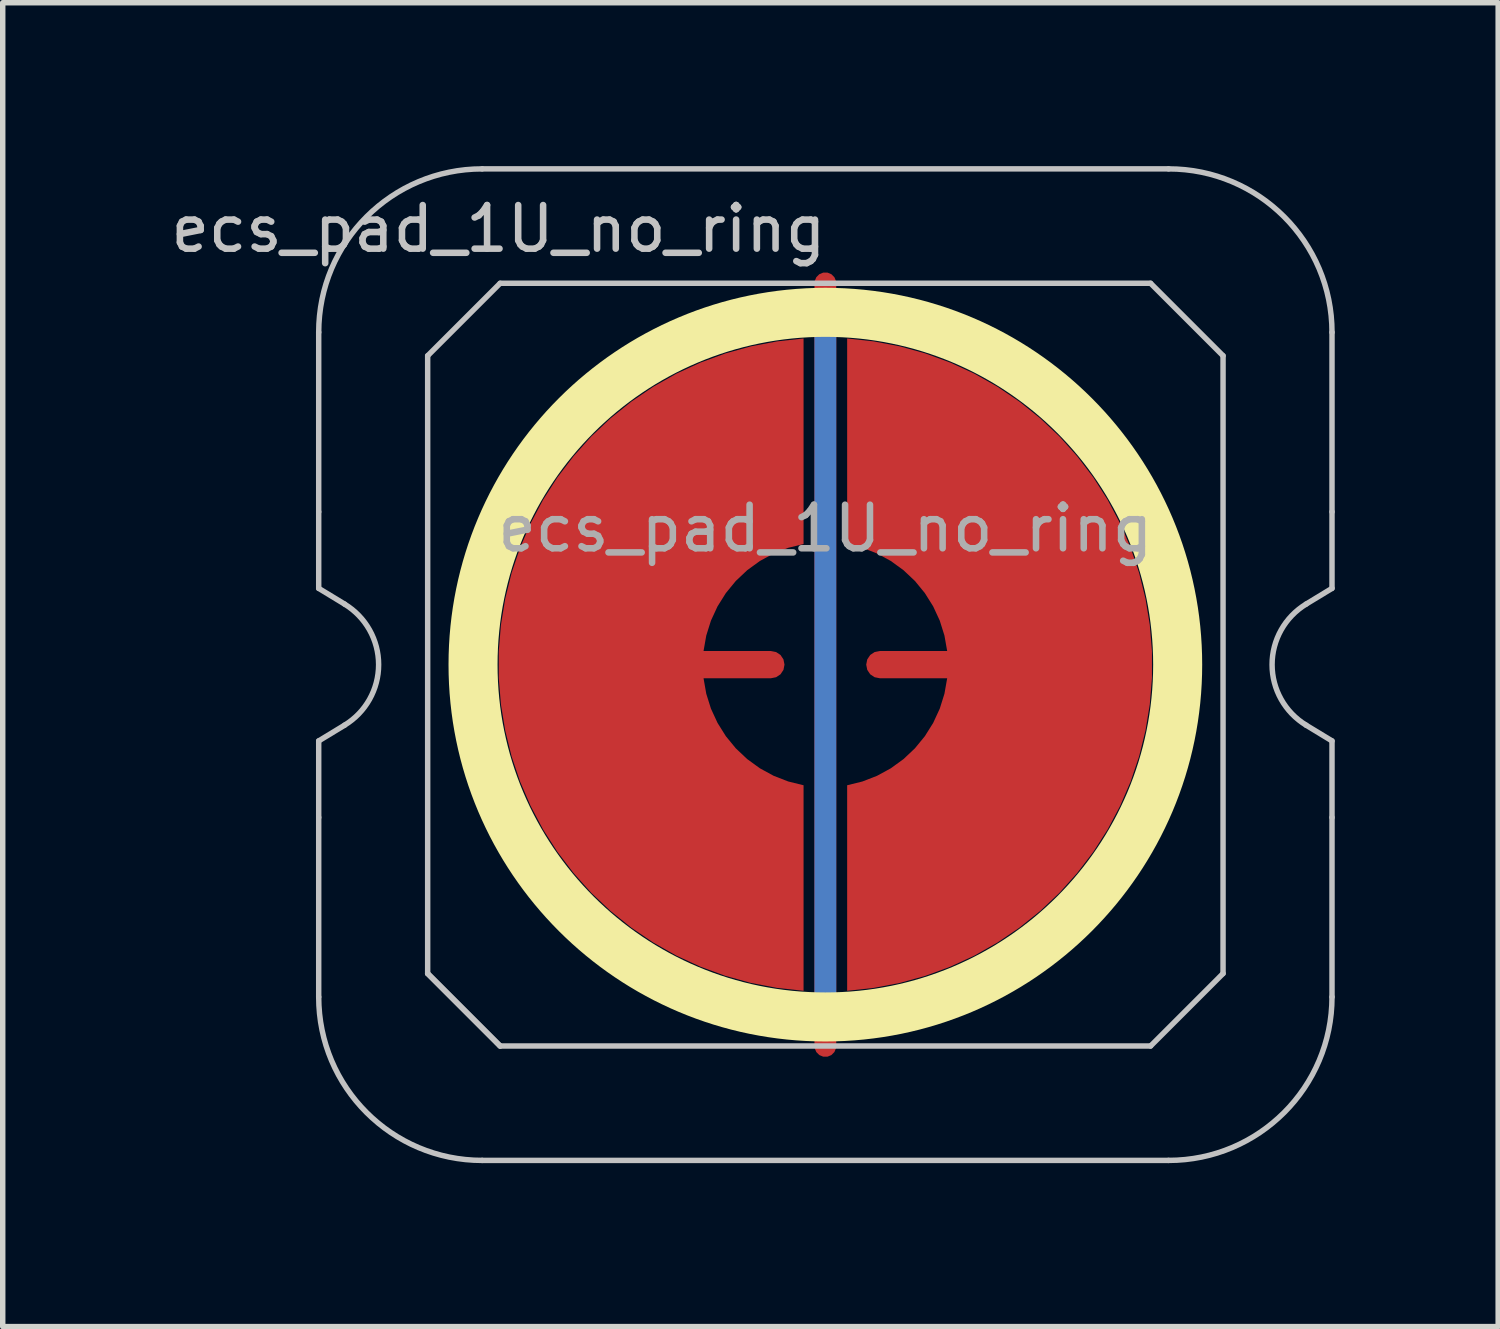
<source format=kicad_pcb>
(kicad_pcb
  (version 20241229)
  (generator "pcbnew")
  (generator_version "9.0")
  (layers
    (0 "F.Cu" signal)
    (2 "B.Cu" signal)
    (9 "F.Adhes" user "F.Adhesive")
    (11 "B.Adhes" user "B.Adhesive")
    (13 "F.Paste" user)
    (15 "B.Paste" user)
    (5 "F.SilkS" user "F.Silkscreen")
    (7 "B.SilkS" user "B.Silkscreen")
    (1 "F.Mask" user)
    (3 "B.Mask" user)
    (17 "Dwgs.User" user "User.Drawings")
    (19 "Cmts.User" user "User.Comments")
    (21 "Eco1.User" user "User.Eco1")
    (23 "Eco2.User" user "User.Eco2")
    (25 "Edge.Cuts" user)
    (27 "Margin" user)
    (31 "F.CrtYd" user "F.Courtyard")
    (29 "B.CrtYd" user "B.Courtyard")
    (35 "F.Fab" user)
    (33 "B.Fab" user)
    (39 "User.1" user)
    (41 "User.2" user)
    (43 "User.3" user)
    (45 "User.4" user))
  (footprint "ecs_pad_1U_no_ring"
    (layer "F.Cu")
    (at 12.1 9.15)
    (property "Reference" "ecs_pad_1U_no_ring" (at -6 -8 0) (layer "Dwgs.User") (effects (font (size 0.8 0.8) (thickness 0.12))))
    (attr smd exclude_from_bom)
    (fp_circle (center 0 0) (end 6.467 0) (stroke (width 0.9) (type solid)) (fill no) (layer "F.SilkS"))
    (fp_line (start -9.3 -2.805) (end -9.3 -6.1) (stroke (width 0.1) (type solid)) (layer "Dwgs.User"))
    (fp_line (start -9.3 -1.4) (end -9.3 -2.805) (stroke (width 0.1) (type solid)) (layer "Dwgs.User"))
    (fp_line (start -9.3 1.4) (end -8.824 1.111) (stroke (width 0.1) (type solid)) (layer "Dwgs.User"))
    (fp_line (start -9.3 2.805) (end -9.3 1.4) (stroke (width 0.1) (type solid)) (layer "Dwgs.User"))
    (fp_line (start -9.3 6.1) (end -9.3 2.805) (stroke (width 0.1) (type solid)) (layer "Dwgs.User"))
    (fp_line (start -8.824 -1.111) (end -9.3 -1.4) (stroke (width 0.1) (type solid)) (layer "Dwgs.User"))
    (fp_line (start -7.3 -5.67) (end -5.97 -7) (stroke (width 0.1) (type solid)) (layer "Dwgs.User"))
    (fp_line (start -7.3 5.67) (end -7.3 -5.67) (stroke (width 0.1) (type solid)) (layer "Dwgs.User"))
    (fp_line (start -7.3 5.67) (end -5.97 7) (stroke (width 0.1) (type solid)) (layer "Dwgs.User"))
    (fp_line (start -6.3 -9.1) (end 6.3 -9.1) (stroke (width 0.1) (type solid)) (layer "Dwgs.User"))
    (fp_line (start -5.97 -7) (end 5.97 -7) (stroke (width 0.1) (type solid)) (layer "Dwgs.User"))
    (fp_line (start -5.97 7) (end -7.3 5.67) (stroke (width 0.1) (type solid)) (layer "Dwgs.User"))
    (fp_line (start 5.97 -7) (end 7.3 -5.67) (stroke (width 0.1) (type solid)) (layer "Dwgs.User"))
    (fp_line (start 5.97 7) (end -5.97 7) (stroke (width 0.1) (type solid)) (layer "Dwgs.User"))
    (fp_line (start 6.3 9.1) (end -6.3 9.1) (stroke (width 0.1) (type solid)) (layer "Dwgs.User"))
    (fp_line (start 7.3 -5.67) (end 7.3 5.67) (stroke (width 0.1) (type solid)) (layer "Dwgs.User"))
    (fp_line (start 7.3 5.67) (end 5.97 7) (stroke (width 0.1) (type solid)) (layer "Dwgs.User"))
    (fp_line (start 8.824 1.111) (end 9.3 1.4) (stroke (width 0.1) (type solid)) (layer "Dwgs.User"))
    (fp_line (start 9.3 -6.1) (end 9.3 -2.805) (stroke (width 0.1) (type solid)) (layer "Dwgs.User"))
    (fp_line (start 9.3 -2.805) (end 9.3 -1.4) (stroke (width 0.1) (type solid)) (layer "Dwgs.User"))
    (fp_line (start 9.3 -1.4) (end 8.824 -1.111) (stroke (width 0.1) (type solid)) (layer "Dwgs.User"))
    (fp_line (start 9.3 1.4) (end 9.3 2.805) (stroke (width 0.1) (type solid)) (layer "Dwgs.User"))
    (fp_line (start 9.3 2.805) (end 9.3 6.1) (stroke (width 0.1) (type solid)) (layer "Dwgs.User"))
    (fp_arc (start -9.3 -6.1) (mid -8.42132 -8.22132) (end -6.3 -9.1) (stroke (width 0.1) (type solid)) (layer "Dwgs.User"))
    (fp_arc (start -8.824333 -1.110619) (mid -8.2 0) (end -8.824333 1.110619) (stroke (width 0.1) (type solid)) (layer "Dwgs.User"))
    (fp_arc (start -6.3 9.1) (mid -8.42132 8.22132) (end -9.3 6.1) (stroke (width 0.1) (type solid)) (layer "Dwgs.User"))
    (fp_arc (start 6.3 -9.1) (mid 8.42132 -8.22132) (end 9.3 -6.1) (stroke (width 0.1) (type solid)) (layer "Dwgs.User"))
    (fp_arc (start 8.824333 1.110619) (mid 8.2 0) (end 8.824333 -1.110619) (stroke (width 0.1) (type solid)) (layer "Dwgs.User"))
    (fp_arc (start 9.3 6.1) (mid 8.42132 8.22132) (end 6.3 9.1) (stroke (width 0.1) (type solid)) (layer "Dwgs.User"))
    (fp_line (start -9.3 -2.805) (end -9.3 -6.1) (stroke (width 0.1) (type solid)) (layer "Eco1.User"))
    (fp_line (start -9.3 -1.4) (end -9.3 -2.805) (stroke (width 0.1) (type solid)) (layer "Eco1.User"))
    (fp_line (start -9.3 1.4) (end -8.824 1.111) (stroke (width 0.1) (type solid)) (layer "Eco1.User"))
    (fp_line (start -9.3 2.805) (end -9.3 1.4) (stroke (width 0.1) (type solid)) (layer "Eco1.User"))
    (fp_line (start -9.3 6.1) (end -9.3 2.805) (stroke (width 0.1) (type solid)) (layer "Eco1.User"))
    (fp_line (start -8.824 -1.111) (end -9.3 -1.4) (stroke (width 0.1) (type solid)) (layer "Eco1.User"))
    (fp_line (start -6.3 -9.1) (end 6.3 -9.1) (stroke (width 0.1) (type solid)) (layer "Eco1.User"))
    (fp_line (start 6.3 9.1) (end -6.3 9.1) (stroke (width 0.1) (type solid)) (layer "Eco1.User"))
    (fp_line (start 8.824 1.111) (end 9.3 1.4) (stroke (width 0.1) (type solid)) (layer "Eco1.User"))
    (fp_line (start 9.3 -6.1) (end 9.3 -2.805) (stroke (width 0.1) (type solid)) (layer "Eco1.User"))
    (fp_line (start 9.3 -2.805) (end 9.3 -1.4) (stroke (width 0.1) (type solid)) (layer "Eco1.User"))
    (fp_line (start 9.3 -1.4) (end 8.824 -1.111) (stroke (width 0.1) (type solid)) (layer "Eco1.User"))
    (fp_line (start 9.3 1.4) (end 9.3 2.805) (stroke (width 0.1) (type solid)) (layer "Eco1.User"))
    (fp_line (start 9.3 2.805) (end 9.3 6.1) (stroke (width 0.1) (type solid)) (layer "Eco1.User"))
    (fp_arc (start -9.3 -6.1) (mid -8.42132 -8.22132) (end -6.3 -9.1) (stroke (width 0.1) (type solid)) (layer "Eco1.User"))
    (fp_arc (start -8.824333 -1.110619) (mid -8.2 0) (end -8.824333 1.110619) (stroke (width 0.1) (type solid)) (layer "Eco1.User"))
    (fp_arc (start -6.3 9.1) (mid -8.42132 8.22132) (end -9.3 6.1) (stroke (width 0.1) (type solid)) (layer "Eco1.User"))
    (fp_arc (start 6.3 -9.1) (mid 8.42132 -8.22132) (end 9.3 -6.1) (stroke (width 0.1) (type solid)) (layer "Eco1.User"))
    (fp_arc (start 8.824333 1.110619) (mid 8.2 0) (end 8.824333 -1.110619) (stroke (width 0.1) (type solid)) (layer "Eco1.User"))
    (fp_arc (start 9.3 6.1) (mid 8.42132 8.22132) (end 6.3 9.1) (stroke (width 0.1) (type solid)) (layer "Eco1.User"))
    (fp_text user "${REFERENCE}" (at 0 -2.5 0) (layer "F.Fab") (effects (font (size 0.8 0.8) (thickness 0.12))))
    (pad "1" smd custom (at -1 0) (size 0.4 0.4) (layers "F.Cu") (options (anchor circle)) (primitives (gr_poly (pts (xy 0.6 -2.214) (xy 0.32 -2.145) (xy 0.052 -2.041) (xy -0.201 -1.903) (xy -0.434 -1.734) (xy -0.644 -1.536) (xy -0.826 -1.314) (xy -0.979 -1.07) (xy -1.1 -0.808) (xy -1.186 -0.534) (xy -1.236 -0.25) (xy 0 -0.25) (xy 0.096 -0.231) (xy 0.177 -0.177) (xy 0.231 -0.096) (xy 0.25 0) (xy 0.231 0.096) (xy 0.177 0.177) (xy 0.096 0.231) (xy 0 0.25) (xy -1.236 0.25) (xy -1.186 0.534) (xy -1.1 0.808) (xy -0.979 1.07) (xy -0.826 1.314) (xy -0.644 1.536) (xy -0.434 1.734) (xy -0.201 1.903) (xy 0.052 2.041) (xy 0.32 2.145) (xy 0.6 2.214) (xy 0.6 5.987) (xy 0.115 5.934) (xy -0.364 5.843) (xy -0.834 5.713) (xy -1.292 5.545) (xy -1.735 5.341) (xy -2.159 5.101) (xy -2.563 4.827) (xy -2.943 4.522) (xy -3.298 4.187) (xy -3.623 3.824) (xy -3.919 3.436) (xy -4.182 3.025) (xy -4.41 2.594) (xy -4.603 2.147) (xy -4.759 1.684) (xy -4.876 1.211) (xy -4.955 0.73) (xy -4.995 0.244) (xy -4.995 -0.244) (xy -4.955 -0.73) (xy -4.876 -1.211) (xy -4.759 -1.684) (xy -4.603 -2.147) (xy -4.41 -2.594) (xy -4.182 -3.025) (xy -3.919 -3.436) (xy -3.623 -3.824) (xy -3.298 -4.187) (xy -2.943 -4.522) (xy -2.563 -4.827) (xy -2.159 -5.101) (xy -1.735 -5.341) (xy -1.292 -5.545) (xy -0.834 -5.713) (xy -0.364 -5.843) (xy 0.115 -5.934) (xy 0.6 -5.987)) (width 0) (fill yes))))
    (pad "2" smd custom (at 1 0 180) (size 0.4 0.4) (layers "F.Cu") (options (anchor circle)) (primitives (gr_poly (pts (xy 0.6 -2.214) (xy 0.32 -2.145) (xy 0.052 -2.041) (xy -0.201 -1.903) (xy -0.434 -1.734) (xy -0.644 -1.536) (xy -0.826 -1.314) (xy -0.979 -1.07) (xy -1.1 -0.808) (xy -1.186 -0.534) (xy -1.236 -0.25) (xy 0 -0.25) (xy 0.096 -0.231) (xy 0.177 -0.177) (xy 0.231 -0.096) (xy 0.25 0) (xy 0.231 0.096) (xy 0.177 0.177) (xy 0.096 0.231) (xy 0 0.25) (xy -1.236 0.25) (xy -1.186 0.534) (xy -1.1 0.808) (xy -0.979 1.07) (xy -0.826 1.314) (xy -0.644 1.536) (xy -0.434 1.734) (xy -0.201 1.903) (xy 0.052 2.041) (xy 0.32 2.145) (xy 0.6 2.214) (xy 0.6 5.987) (xy 0.115 5.934) (xy -0.364 5.843) (xy -0.834 5.713) (xy -1.292 5.545) (xy -1.735 5.341) (xy -2.159 5.101) (xy -2.563 4.827) (xy -2.943 4.522) (xy -3.298 4.187) (xy -3.623 3.824) (xy -3.919 3.436) (xy -4.182 3.025) (xy -4.41 2.594) (xy -4.603 2.147) (xy -4.759 1.684) (xy -4.876 1.211) (xy -4.955 0.73) (xy -4.995 0.244) (xy -4.995 -0.244) (xy -4.955 -0.73) (xy -4.876 -1.211) (xy -4.759 -1.684) (xy -4.603 -2.147) (xy -4.41 -2.594) (xy -4.182 -3.025) (xy -3.919 -3.436) (xy -3.623 -3.824) (xy -3.298 -4.187) (xy -2.943 -4.522) (xy -2.563 -4.827) (xy -2.159 -5.101) (xy -1.735 -5.341) (xy -1.292 -5.545) (xy -0.834 -5.713) (xy -0.364 -5.843) (xy 0.115 -5.934) (xy 0.6 -5.987)) (width 0) (fill yes))))
    (pad "3" smd custom (at 0 0) (size 0.4 0.4) (layers "F.Cu") (options (anchor rect)) (primitives (gr_line (start 0 -7) (end 0 7) (width 0.4))))
    (pad "3" smd custom (at 0 0) (size 0.4 0.4) (layers "B.Cu") (options (anchor rect)) (primitives (gr_line (start 0 -6.5) (end 0 6.5) (width 0.4))))
    (zone (net_name "") (layer "F.Cu") (hatch edge 0.508) (connect_pads) (min_thickness 0.254) (filled_areas_thickness no) (keepout (tracks allowed) (vias allowed) (pads allowed) (copperpour not_allowed) (footprints allowed)) (placement (enabled no)) (fill) (polygon (pts (xy 19.105 9.15) (xy 19.086 8.637) (xy 19.03 8.127) (xy 18.936 7.622) (xy 18.806 7.125) (xy 18.64 6.64) (xy 18.438 6.167) (xy 18.203 5.711) (xy 17.935 5.274) (xy 17.635 4.857) (xy 17.306 4.463) (xy 16.948 4.094) (xy 16.565 3.753) (xy 16.158 3.44) (xy 15.729 3.158) (xy 15.28 2.909) (xy 14.815 2.692) (xy 14.334 2.511) (xy 13.842 2.365) (xy 13.34 2.256) (xy 12.832 2.183) (xy 12.32 2.149) (xy 11.807 2.151) (xy 11.295 2.192) (xy 10.787 2.269) (xy 10.287 2.384) (xy 9.796 2.535) (xy 9.318 2.721) (xy 8.855 2.942) (xy 8.409 3.197) (xy 7.983 3.483) (xy 7.579 3.8) (xy 7.199 4.145) (xy 6.846 4.518) (xy 6.52 4.915) (xy 6.225 5.335) (xy 5.962 5.775) (xy 5.731 6.234) (xy 5.534 6.708) (xy 5.373 7.196) (xy 5.248 7.694) (xy 5.16 8.199) (xy 5.109 8.71) (xy 5.095 9.223) (xy 5.12 9.736) (xy 5.181 10.246) (xy 5.28 10.75) (xy 5.416 11.245) (xy 5.587 11.729) (xy 5.793 12.199) (xy 6.034 12.652) (xy 6.306 13.087) (xy 6.61 13.501) (xy 6.944 13.891) (xy 7.305 14.256) (xy 7.692 14.594) (xy 8.102 14.902) (xy 8.534 15.179) (xy 8.985 15.424) (xy 9.453 15.636) (xy 9.935 15.812) (xy 10.429 15.953) (xy 10.932 16.057) (xy 11.441 16.124) (xy 11.953 16.153) (xy 12.467 16.145) (xy 12.978 16.1) (xy 13.485 16.017) (xy 13.984 15.897) (xy 14.473 15.741) (xy 14.949 15.549) (xy 15.41 15.323) (xy 15.853 15.064) (xy 16.276 14.774) (xy 16.677 14.453) (xy 17.053 14.103) (xy 17.403 13.727) (xy 17.724 13.326) (xy 18.014 12.903) (xy 18.273 12.46) (xy 18.499 11.999) (xy 18.691 11.523) (xy 18.847 11.034) (xy 18.967 10.535) (xy 19.05 10.028) (xy 19.095 9.517))))
    (zone (net_name "") (layer "B.Cu") (hatch edge 0.508) (connect_pads) (min_thickness 0.254) (filled_areas_thickness no) (keepout (tracks allowed) (vias allowed) (pads allowed) (copperpour not_allowed) (footprints allowed)) (placement (enabled no)) (fill) (polygon (pts (xy 18.658 9.15) (xy 18.638 8.635) (xy 18.578 8.124) (xy 18.477 7.619) (xy 18.337 7.123) (xy 18.159 6.64) (xy 17.943 6.173) (xy 17.692 5.723) (xy 17.406 5.295) (xy 17.087 4.891) (xy 16.737 4.513) (xy 16.359 4.163) (xy 15.955 3.844) (xy 15.527 3.558) (xy 15.077 3.307) (xy 14.61 3.091) (xy 14.127 2.913) (xy 13.631 2.773) (xy 13.126 2.672) (xy 12.615 2.612) (xy 12.1 2.592) (xy 11.585 2.612) (xy 11.074 2.672) (xy 10.569 2.773) (xy 10.073 2.913) (xy 9.59 3.091) (xy 9.123 3.307) (xy 8.673 3.558) (xy 8.245 3.844) (xy 7.841 4.163) (xy 7.463 4.513) (xy 7.113 4.891) (xy 6.794 5.295) (xy 6.508 5.723) (xy 6.257 6.173) (xy 6.041 6.64) (xy 5.863 7.123) (xy 5.723 7.619) (xy 5.622 8.124) (xy 5.562 8.635) (xy 5.542 9.15) (xy 5.562 9.665) (xy 5.622 10.176) (xy 5.723 10.681) (xy 5.863 11.177) (xy 6.041 11.66) (xy 6.257 12.127) (xy 6.508 12.577) (xy 6.794 13.005) (xy 7.113 13.409) (xy 7.463 13.787) (xy 7.841 14.137) (xy 8.245 14.456) (xy 8.673 14.742) (xy 9.123 14.993) (xy 9.59 15.209) (xy 10.073 15.387) (xy 10.569 15.527) (xy 11.074 15.628) (xy 11.585 15.688) (xy 12.1 15.708) (xy 12.615 15.688) (xy 13.126 15.628) (xy 13.631 15.527) (xy 14.127 15.387) (xy 14.61 15.209) (xy 15.077 14.993) (xy 15.527 14.742) (xy 15.955 14.456) (xy 16.359 14.137) (xy 16.737 13.787) (xy 17.087 13.409) (xy 17.406 13.005) (xy 17.692 12.577) (xy 17.943 12.127) (xy 18.159 11.66) (xy 18.337 11.177) (xy 18.477 10.681) (xy 18.578 10.176) (xy 18.638 9.665)))))
  (gr_rect
    (start -3 -3)
    (end 24.45 21.3)
    (stroke (width 0.1) (type default))
    (fill no)
    (layer "Edge.Cuts")))
</source>
